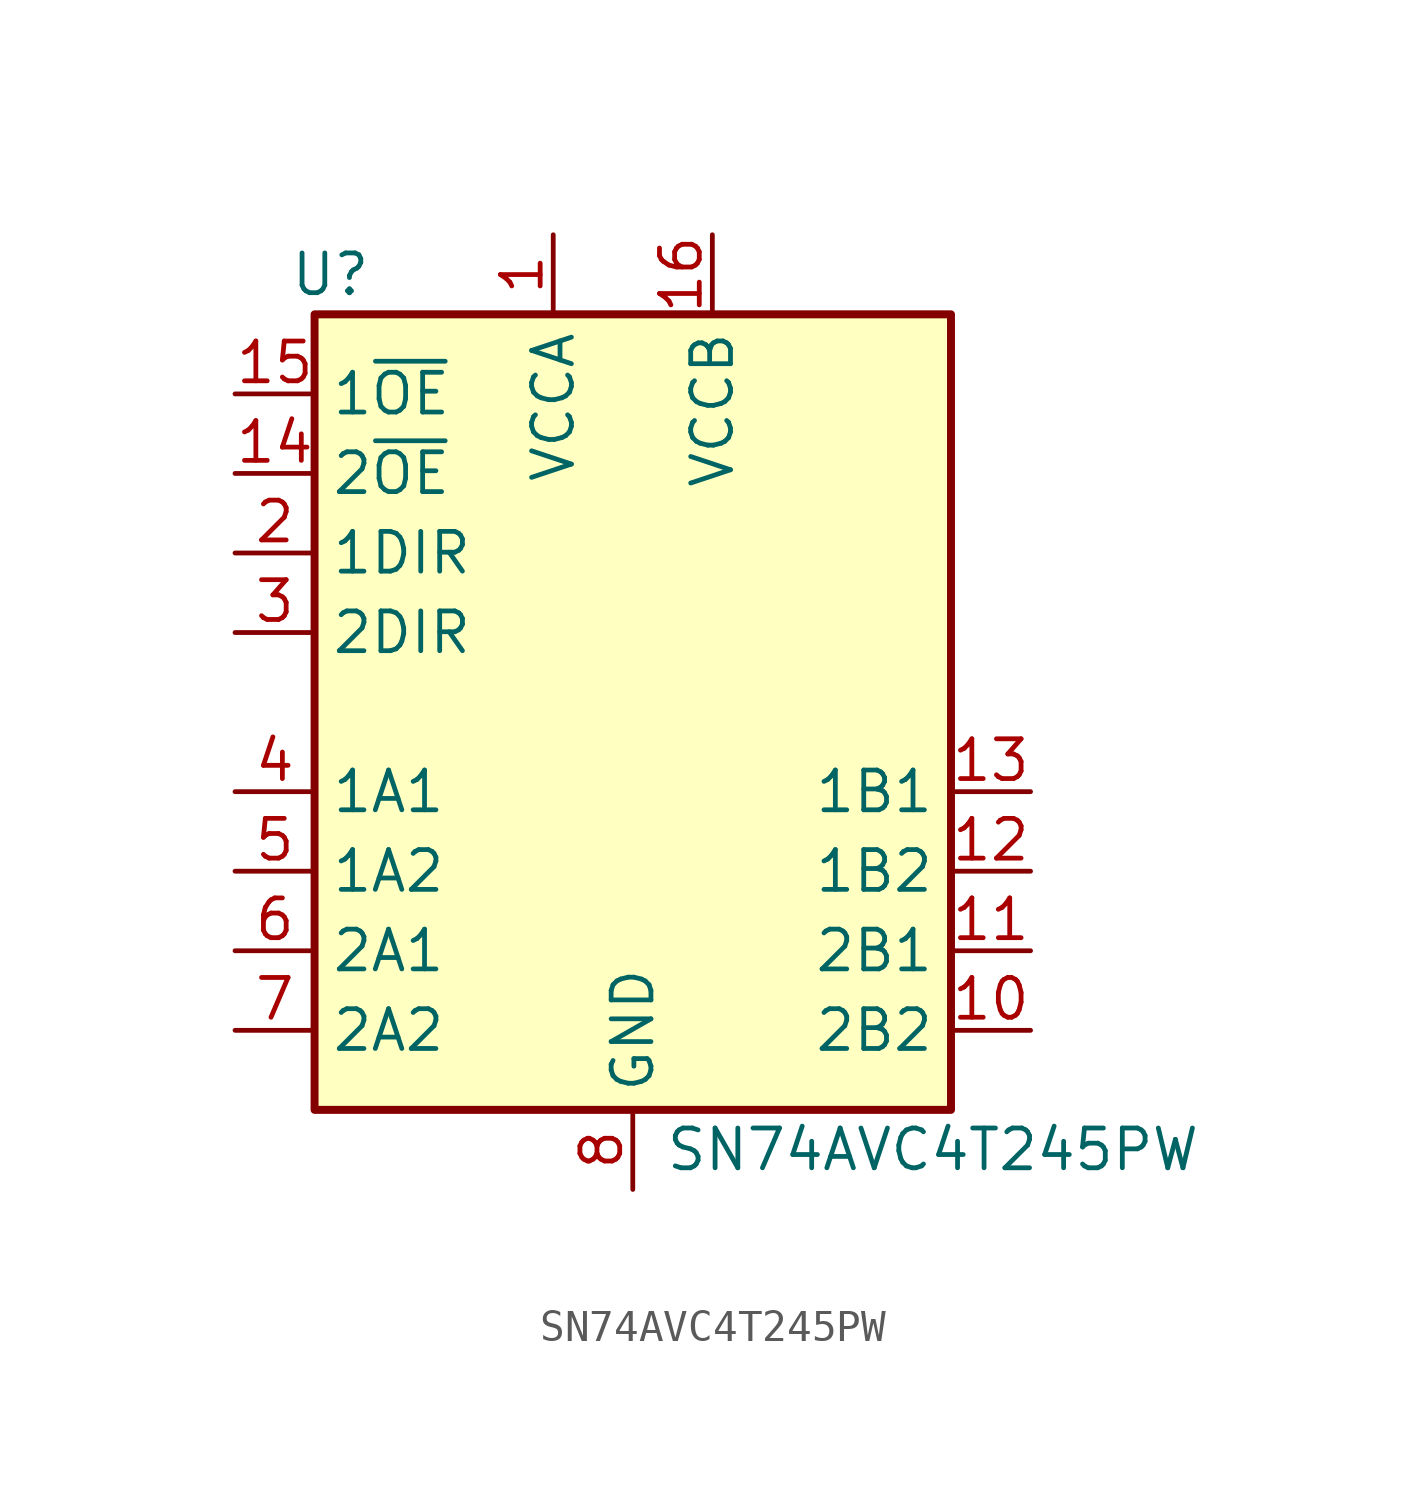
<source format=kicad_sym>
(kicad_symbol_lib
  (version 20231120)
  (generator "kicad_symbol_editor")
  (generator_version "8.0")
  (symbol "SN74AVC4T245PW"
    (property "Reference" "U"
      (at -9.652 13.97 0)
      (effects (font (size 1.27 1.27))))
    (property "Value" "SN74AVC4T245PW"
      (at 1.016 -13.97 0)
      (effects (font (size 1.27 1.27)) (justify left)))
    (symbol "SN74AVC4T245PW_0_1"
      (rectangle (start -10.16 12.7) (end 10.16 -12.7) (stroke (width 0.254) (type default)) (fill (type background))))
    (symbol "SN74AVC4T245PW_1_1"
      (pin power_in line (at -2.54 15.24 270) (length 2.54) (name "VCCA" (effects (font (size 1.27 1.27)))) (number "1" (effects (font (size 1.27 1.27)))))
      (pin bidirectional line (at 12.7 -10.16 180) (length 2.54) (name "2B2" (effects (font (size 1.27 1.27)))) (number "10" (effects (font (size 1.27 1.27)))))
      (pin bidirectional line (at 12.7 -7.62 180) (length 2.54) (name "2B1" (effects (font (size 1.27 1.27)))) (number "11" (effects (font (size 1.27 1.27)))))
      (pin bidirectional line (at 12.7 -5.08 180) (length 2.54) (name "1B2" (effects (font (size 1.27 1.27)))) (number "12" (effects (font (size 1.27 1.27)))))
      (pin bidirectional line (at 12.7 -2.54 180) (length 2.54) (name "1B1" (effects (font (size 1.27 1.27)))) (number "13" (effects (font (size 1.27 1.27)))))
      (pin input line (at -12.7 7.62 0) (length 2.54) (name "2~{OE}" (effects (font (size 1.27 1.27)))) (number "14" (effects (font (size 1.27 1.27)))))
      (pin input line (at -12.7 10.16 0) (length 2.54) (name "1~{OE}" (effects (font (size 1.27 1.27)))) (number "15" (effects (font (size 1.27 1.27)))))
      (pin power_in line (at 2.54 15.24 270) (length 2.54) (name "VCCB" (effects (font (size 1.27 1.27)))) (number "16" (effects (font (size 1.27 1.27)))))
      (pin passive line (at 0 -15.24 90) (length 2.54) hide (name "GND" (effects (font (size 1.27 1.27)))) (number "17" (effects (font (size 1.27 1.27)))))
      (pin input line (at -12.7 5.08 0) (length 2.54) (name "1DIR" (effects (font (size 1.27 1.27)))) (number "2" (effects (font (size 1.27 1.27)))))
      (pin input line (at -12.7 2.54 0) (length 2.54) (name "2DIR" (effects (font (size 1.27 1.27)))) (number "3" (effects (font (size 1.27 1.27)))))
      (pin bidirectional line (at -12.7 -2.54 0) (length 2.54) (name "1A1" (effects (font (size 1.27 1.27)))) (number "4" (effects (font (size 1.27 1.27)))))
      (pin bidirectional line (at -12.7 -5.08 0) (length 2.54) (name "1A2" (effects (font (size 1.27 1.27)))) (number "5" (effects (font (size 1.27 1.27)))))
      (pin bidirectional line (at -12.7 -7.62 0) (length 2.54) (name "2A1" (effects (font (size 1.27 1.27)))) (number "6" (effects (font (size 1.27 1.27)))))
      (pin bidirectional line (at -12.7 -10.16 0) (length 2.54) (name "2A2" (effects (font (size 1.27 1.27)))) (number "7" (effects (font (size 1.27 1.27)))))
      (pin power_in line (at 0 -15.24 90) (length 2.54) (name "GND" (effects (font (size 1.27 1.27)))) (number "8" (effects (font (size 1.27 1.27)))))
      (pin passive line (at 0 -15.24 90) (length 2.54) hide (name "GND" (effects (font (size 1.27 1.27)))) (number "9" (effects (font (size 1.27 1.27))))))))
</source>
